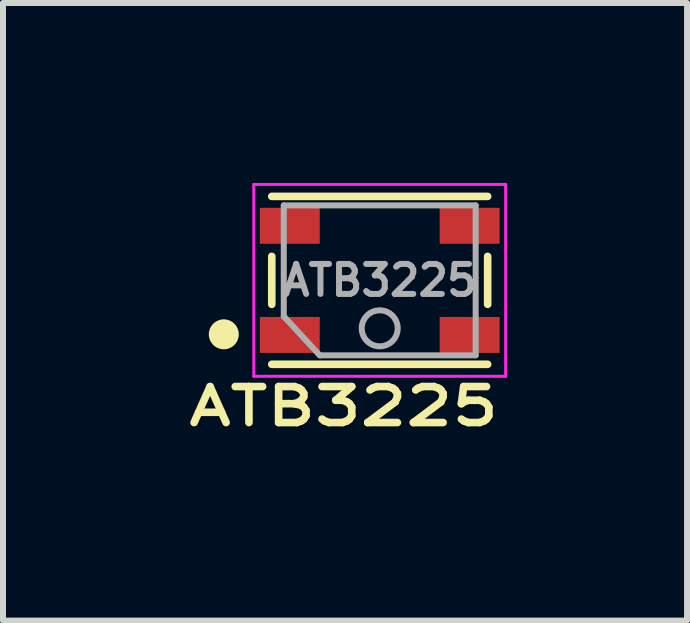
<source format=kicad_pcb>
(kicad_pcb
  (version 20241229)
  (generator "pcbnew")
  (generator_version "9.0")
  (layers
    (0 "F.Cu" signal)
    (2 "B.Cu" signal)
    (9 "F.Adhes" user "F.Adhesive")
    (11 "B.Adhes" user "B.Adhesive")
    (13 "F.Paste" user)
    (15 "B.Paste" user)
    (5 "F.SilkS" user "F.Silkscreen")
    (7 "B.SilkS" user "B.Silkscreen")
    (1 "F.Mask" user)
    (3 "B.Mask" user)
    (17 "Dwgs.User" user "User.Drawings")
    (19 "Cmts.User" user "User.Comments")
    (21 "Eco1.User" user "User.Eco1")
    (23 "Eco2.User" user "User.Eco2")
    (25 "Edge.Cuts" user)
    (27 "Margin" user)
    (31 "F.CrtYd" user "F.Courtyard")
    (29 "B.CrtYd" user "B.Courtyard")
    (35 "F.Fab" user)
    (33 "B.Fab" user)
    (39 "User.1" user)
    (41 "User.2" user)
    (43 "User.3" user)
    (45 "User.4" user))
  (footprint "ATB3225"
    (layer "F.Cu")
    (at 3.282 1.625)
    (property "Reference" "ATB3225" (at -0.6 2.1 0) (unlocked yes) (layer "F.SilkS") (effects (font (size 0.6 0.8) (thickness 0.127) (bold yes))))
    (attr smd)
    (fp_line (start -1.8 -1.4) (end 1.8 -1.4) (stroke (width 0.127) (type solid)) (layer "F.SilkS"))
    (fp_line (start -1.8 0.4) (end -1.8 -0.4) (stroke (width 0.127) (type solid)) (layer "F.SilkS"))
    (fp_line (start -1.8 1.4) (end 1.8 1.4) (stroke (width 0.127) (type solid)) (layer "F.SilkS"))
    (fp_line (start 1.8 0.4) (end 1.8 -0.4) (stroke (width 0.127) (type solid)) (layer "F.SilkS"))
    (fp_circle (center -2.6 0.9) (end -2.4 0.9) (stroke (width 0.1) (type solid)) (fill yes) (layer "F.SilkS"))
    (fp_line (start -2.1 -1.6) (end 2.1 -1.6) (stroke (width 0.05) (type solid)) (layer "F.CrtYd"))
    (fp_line (start -2.1 1.6) (end -2.1 -1.6) (stroke (width 0.05) (type solid)) (layer "F.CrtYd"))
    (fp_line (start 2.1 -1.6) (end 2.1 1.6) (stroke (width 0.05) (type solid)) (layer "F.CrtYd"))
    (fp_line (start 2.1 1.6) (end -2.1 1.6) (stroke (width 0.05) (type solid)) (layer "F.CrtYd"))
    (fp_line (start -1.6 -1.25) (end 1.6 -1.25) (stroke (width 0.1) (type solid)) (layer "F.Fab"))
    (fp_line (start -1.6 0.6) (end -1.6 -1.25) (stroke (width 0.1) (type solid)) (layer "F.Fab"))
    (fp_line (start -1.6 0.6) (end -1 1.25) (stroke (width 0.1) (type default)) (layer "F.Fab"))
    (fp_line (start -1 1.25) (end 1.6 1.25) (stroke (width 0.1) (type solid)) (layer "F.Fab"))
    (fp_line (start 1.6 -1.25) (end 1.6 1.25) (stroke (width 0.1) (type solid)) (layer "F.Fab"))
    (fp_circle (center 0 0.8) (end 0.3 0.8) (stroke (width 0.1) (type default)) (fill no) (layer "F.Fab"))
    (fp_text user "${REFERENCE}" (at 0 0 0) (unlocked yes) (layer "F.Fab") (effects (font (size 0.5 0.5) (thickness 0.1) (bold yes))))
    (pad "1" smd rect (at -1.5 0.91) (size 1 0.6) (layers "F.Cu" "F.Mask" "F.Paste"))
    (pad "2" smd rect (at -1.5 -0.91) (size 1 0.6) (layers "F.Cu" "F.Mask" "F.Paste"))
    (pad "3" smd rect (at 1.5 -0.91) (size 1 0.6) (layers "F.Cu" "F.Mask" "F.Paste"))
    (pad "4" smd rect (at 1.5 0.91) (size 1 0.6) (layers "F.Cu" "F.Mask" "F.Paste")))
  (gr_rect
    (start -3 -3)
    (end 8.407 7.299)
    (stroke (width 0.1) (type default))
    (fill no)
    (layer "Edge.Cuts")))
</source>
